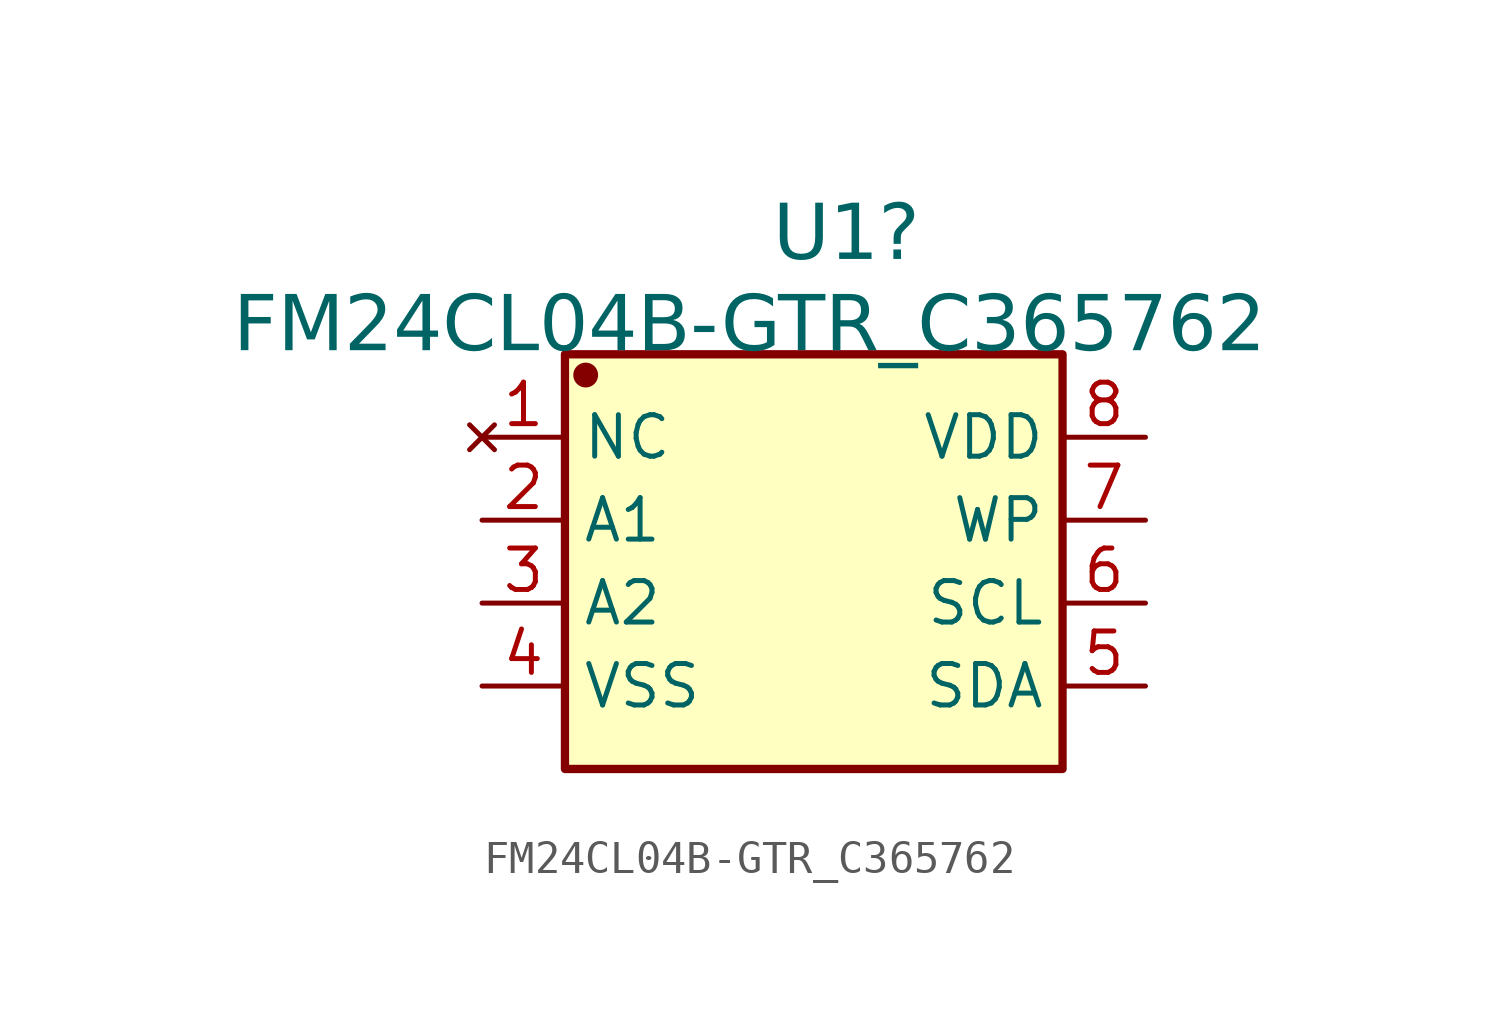
<source format=kicad_sym>
(kicad_symbol_lib
  (version 20241209)
  (generator "kicad_symbol_editor")
  (generator_version "9.0")
  (symbol "FM24CL04B-GTR_C365762"
    (property "Reference" "U1"
      (at -1.245 10.96 0)
      (effects (font (face "Arial") (size 1.689 1.689)) (justify left top)))
    (property "Value" "FM24CL04B-GTR_C365762"
      (at -17.78 8.166 0)
      (effects (font (face "Arial") (size 1.689 1.689)) (justify left top)))
    (symbol "FM24CL04B-GTR_C365762_0_0"
      (circle (center -6.985 5.715) (radius 0.254) (stroke (width 0.254) (type solid)) (fill (type outline)))
      (pin no_connect line (at -10.16 3.81 0) (length 2.54) (name "NC" (effects (font (size 1.27 1.27)))) (number "1" (effects (font (size 1.27 1.27)))))
      (pin input line (at -10.16 1.27 0) (length 2.54) (name "A1" (effects (font (size 1.27 1.27)))) (number "2" (effects (font (size 1.27 1.27)))))
      (pin input line (at -10.16 -1.27 0) (length 2.54) (name "A2" (effects (font (size 1.27 1.27)))) (number "3" (effects (font (size 1.27 1.27)))))
      (pin power_in line (at -10.16 -3.81 0) (length 2.54) (name "VSS" (effects (font (size 1.27 1.27)))) (number "4" (effects (font (size 1.27 1.27)))))
      (pin power_in line (at 10.16 3.81 180) (length 2.54) (name "VDD" (effects (font (size 1.27 1.27)))) (number "8" (effects (font (size 1.27 1.27)))))
      (pin input line (at 10.16 1.27 180) (length 2.54) (name "WP" (effects (font (size 1.27 1.27)))) (number "7" (effects (font (size 1.27 1.27)))))
      (pin input line (at 10.16 -1.27 180) (length 2.54) (name "SCL" (effects (font (size 1.27 1.27)))) (number "6" (effects (font (size 1.27 1.27)))))
      (pin bidirectional line (at 10.16 -3.81 180) (length 2.54) (name "SDA" (effects (font (size 1.27 1.27)))) (number "5" (effects (font (size 1.27 1.27))))))
    (symbol "FM24CL04B-GTR_C365762_1_0"
      (rectangle (start -7.62 6.35) (end 7.62 -6.35) (stroke (width 0.254) (type solid)) (fill (type background))))))
</source>
